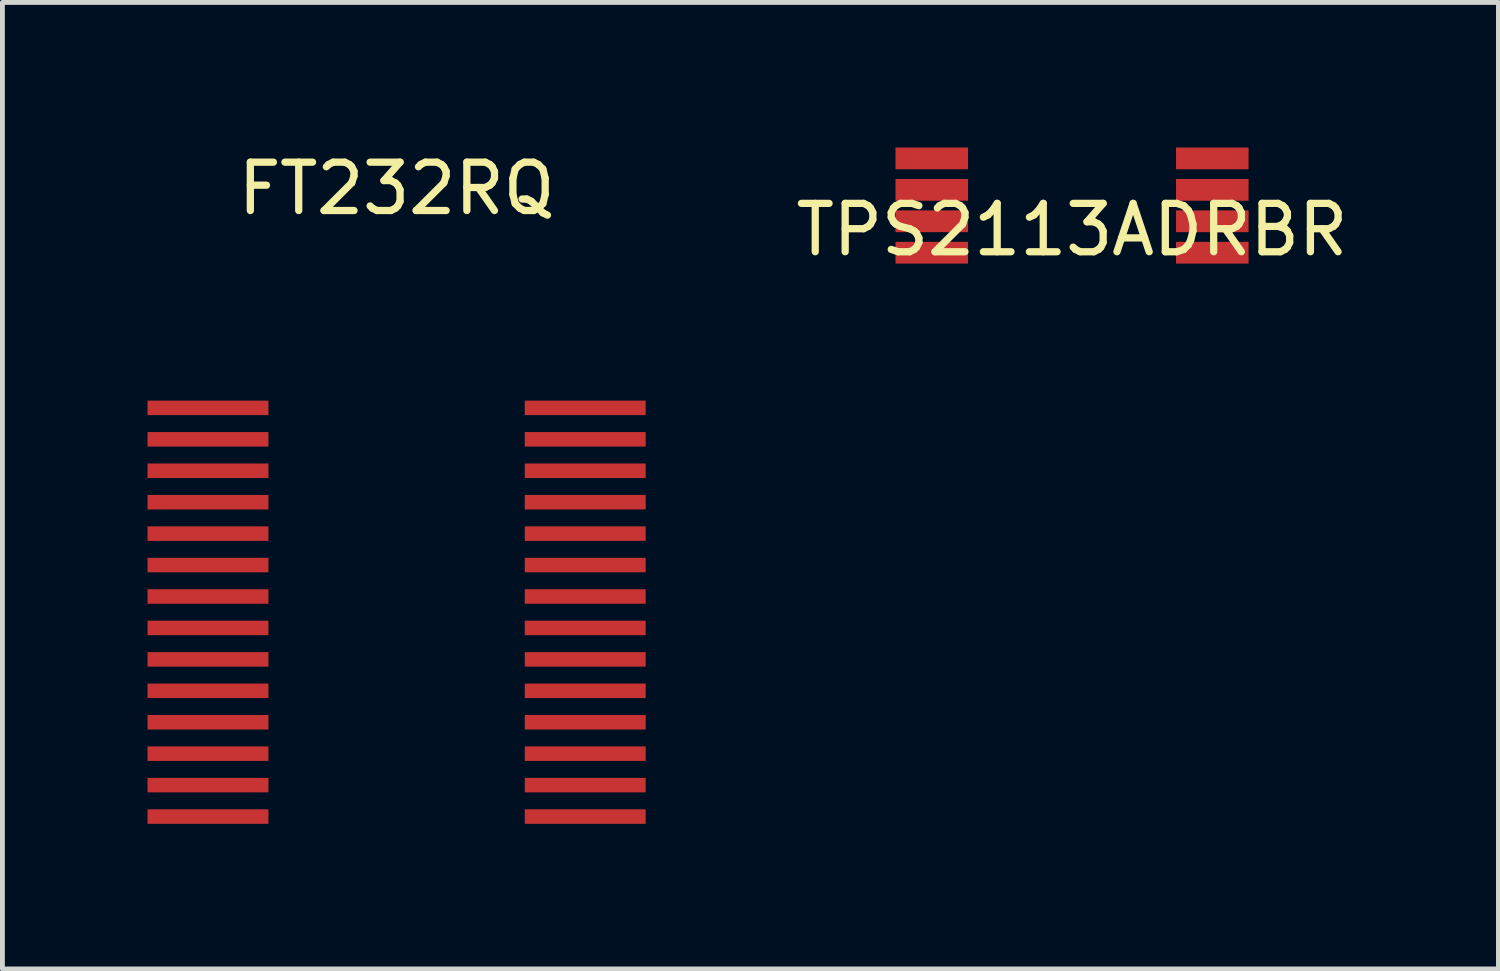
<source format=kicad_pcb>
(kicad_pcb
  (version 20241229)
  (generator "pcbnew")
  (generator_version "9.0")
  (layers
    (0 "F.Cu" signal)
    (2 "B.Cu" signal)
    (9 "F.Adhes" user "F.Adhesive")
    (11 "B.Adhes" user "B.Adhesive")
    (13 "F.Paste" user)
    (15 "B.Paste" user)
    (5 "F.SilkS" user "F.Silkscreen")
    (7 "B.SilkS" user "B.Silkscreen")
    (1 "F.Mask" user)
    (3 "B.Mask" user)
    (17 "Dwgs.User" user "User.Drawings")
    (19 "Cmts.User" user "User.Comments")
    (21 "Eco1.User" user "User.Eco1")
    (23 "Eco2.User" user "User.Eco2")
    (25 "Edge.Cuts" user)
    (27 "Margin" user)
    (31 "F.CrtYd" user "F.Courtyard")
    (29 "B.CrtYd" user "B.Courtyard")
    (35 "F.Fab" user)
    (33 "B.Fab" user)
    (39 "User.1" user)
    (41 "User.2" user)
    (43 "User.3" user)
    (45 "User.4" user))
  (footprint "TPS2113ADRBR"
    (layer "F.Cu")
    (at 19.115 1.2)
    (property "Reference" "TPS2113ADRBR" (at 0 0.5 0) (layer "F.SilkS") (effects (font (size 1 1) (thickness 0.15))))
    (attr through_hole)
    (pad "1" smd rect (at -2.9 -0.975) (size 1.5 0.45) (layers "F.Cu" "F.Mask" "F.Paste"))
    (pad "2" smd rect (at -2.9 -0.325) (size 1.5 0.45) (layers "F.Cu" "F.Mask" "F.Paste"))
    (pad "3" smd rect (at -2.9 0.325) (size 1.5 0.45) (layers "F.Cu" "F.Mask" "F.Paste"))
    (pad "4" smd rect (at -2.9 0.975) (size 1.5 0.45) (layers "F.Cu" "F.Mask" "F.Paste"))
    (pad "5" smd rect (at 2.9 0.975) (size 1.5 0.45) (layers "F.Cu" "F.Mask" "F.Paste"))
    (pad "6" smd rect (at 2.9 0.325) (size 1.5 0.45) (layers "F.Cu" "F.Mask" "F.Paste"))
    (pad "7" smd rect (at 2.9 -0.325) (size 1.5 0.45) (layers "F.Cu" "F.Mask" "F.Paste"))
    (pad "8" smd rect (at 2.9 -0.975) (size 1.5 0.45) (layers "F.Cu" "F.Mask" "F.Paste")))
  (footprint "FT232RQ"
    (layer "F.Cu")
    (at 5.15 4.658)
    (property "Reference" "FT232RQ" (at 0 -3.81 0) (layer "F.SilkS") (effects (font (size 1 1) (thickness 0.15))))
    (attr through_hole)
    (pad "1" smd rect (at -3.9 0.725) (size 2.5 0.3) (layers "F.Cu" "F.Mask" "F.Paste"))
    (pad "2" smd rect (at -3.9 1.375) (size 2.5 0.3) (layers "F.Cu" "F.Mask" "F.Paste"))
    (pad "3" smd rect (at -3.9 2.025) (size 2.5 0.3) (layers "F.Cu" "F.Mask" "F.Paste"))
    (pad "4" smd rect (at -3.9 2.675) (size 2.5 0.3) (layers "F.Cu" "F.Mask" "F.Paste"))
    (pad "5" smd rect (at -3.9 3.325) (size 2.5 0.3) (layers "F.Cu" "F.Mask" "F.Paste"))
    (pad "6" smd rect (at -3.9 3.975) (size 2.5 0.3) (layers "F.Cu" "F.Mask" "F.Paste"))
    (pad "7" smd rect (at -3.9 4.625) (size 2.5 0.3) (layers "F.Cu" "F.Mask" "F.Paste"))
    (pad "8" smd rect (at -3.9 5.275) (size 2.5 0.3) (layers "F.Cu" "F.Mask" "F.Paste"))
    (pad "9" smd rect (at -3.9 5.925) (size 2.5 0.3) (layers "F.Cu" "F.Mask" "F.Paste"))
    (pad "10" smd rect (at -3.9 6.575) (size 2.5 0.3) (layers "F.Cu" "F.Mask" "F.Paste"))
    (pad "11" smd rect (at -3.9 7.225) (size 2.5 0.3) (layers "F.Cu" "F.Mask" "F.Paste"))
    (pad "12" smd rect (at -3.9 7.875) (size 2.5 0.3) (layers "F.Cu" "F.Mask" "F.Paste"))
    (pad "13" smd rect (at -3.9 8.525) (size 2.5 0.3) (layers "F.Cu" "F.Mask" "F.Paste"))
    (pad "14" smd rect (at -3.9 9.175) (size 2.5 0.3) (layers "F.Cu" "F.Mask" "F.Paste"))
    (pad "15" smd rect (at 3.9 9.175 180) (size 2.5 0.3) (layers "F.Cu" "F.Mask" "F.Paste"))
    (pad "16" smd rect (at 3.9 8.525 180) (size 2.5 0.3) (layers "F.Cu" "F.Mask" "F.Paste"))
    (pad "17" smd rect (at 3.9 7.875 180) (size 2.5 0.3) (layers "F.Cu" "F.Mask" "F.Paste"))
    (pad "18" smd rect (at 3.9 7.225 180) (size 2.5 0.3) (layers "F.Cu" "F.Mask" "F.Paste"))
    (pad "19" smd rect (at 3.9 6.575 180) (size 2.5 0.3) (layers "F.Cu" "F.Mask" "F.Paste"))
    (pad "20" smd rect (at 3.9 5.925 180) (size 2.5 0.3) (layers "F.Cu" "F.Mask" "F.Paste"))
    (pad "21" smd rect (at 3.9 5.275 180) (size 2.5 0.3) (layers "F.Cu" "F.Mask" "F.Paste"))
    (pad "22" smd rect (at 3.9 4.625 180) (size 2.5 0.3) (layers "F.Cu" "F.Mask" "F.Paste"))
    (pad "23" smd rect (at 3.9 3.975 180) (size 2.5 0.3) (layers "F.Cu" "F.Mask" "F.Paste"))
    (pad "24" smd rect (at 3.9 3.325 180) (size 2.5 0.3) (layers "F.Cu" "F.Mask" "F.Paste"))
    (pad "25" smd rect (at 3.9 2.675 180) (size 2.5 0.3) (layers "F.Cu" "F.Mask" "F.Paste"))
    (pad "26" smd rect (at 3.9 2.025 180) (size 2.5 0.3) (layers "F.Cu" "F.Mask" "F.Paste"))
    (pad "27" smd rect (at 3.9 1.375 180) (size 2.5 0.3) (layers "F.Cu" "F.Mask" "F.Paste"))
    (pad "28" smd rect (at 3.9 0.725 180) (size 2.5 0.3) (layers "F.Cu" "F.Mask" "F.Paste")))
  (gr_rect
    (start -3 -3)
    (end 27.931 16.983)
    (stroke (width 0.1) (type default))
    (fill no)
    (layer "Edge.Cuts")))
</source>
